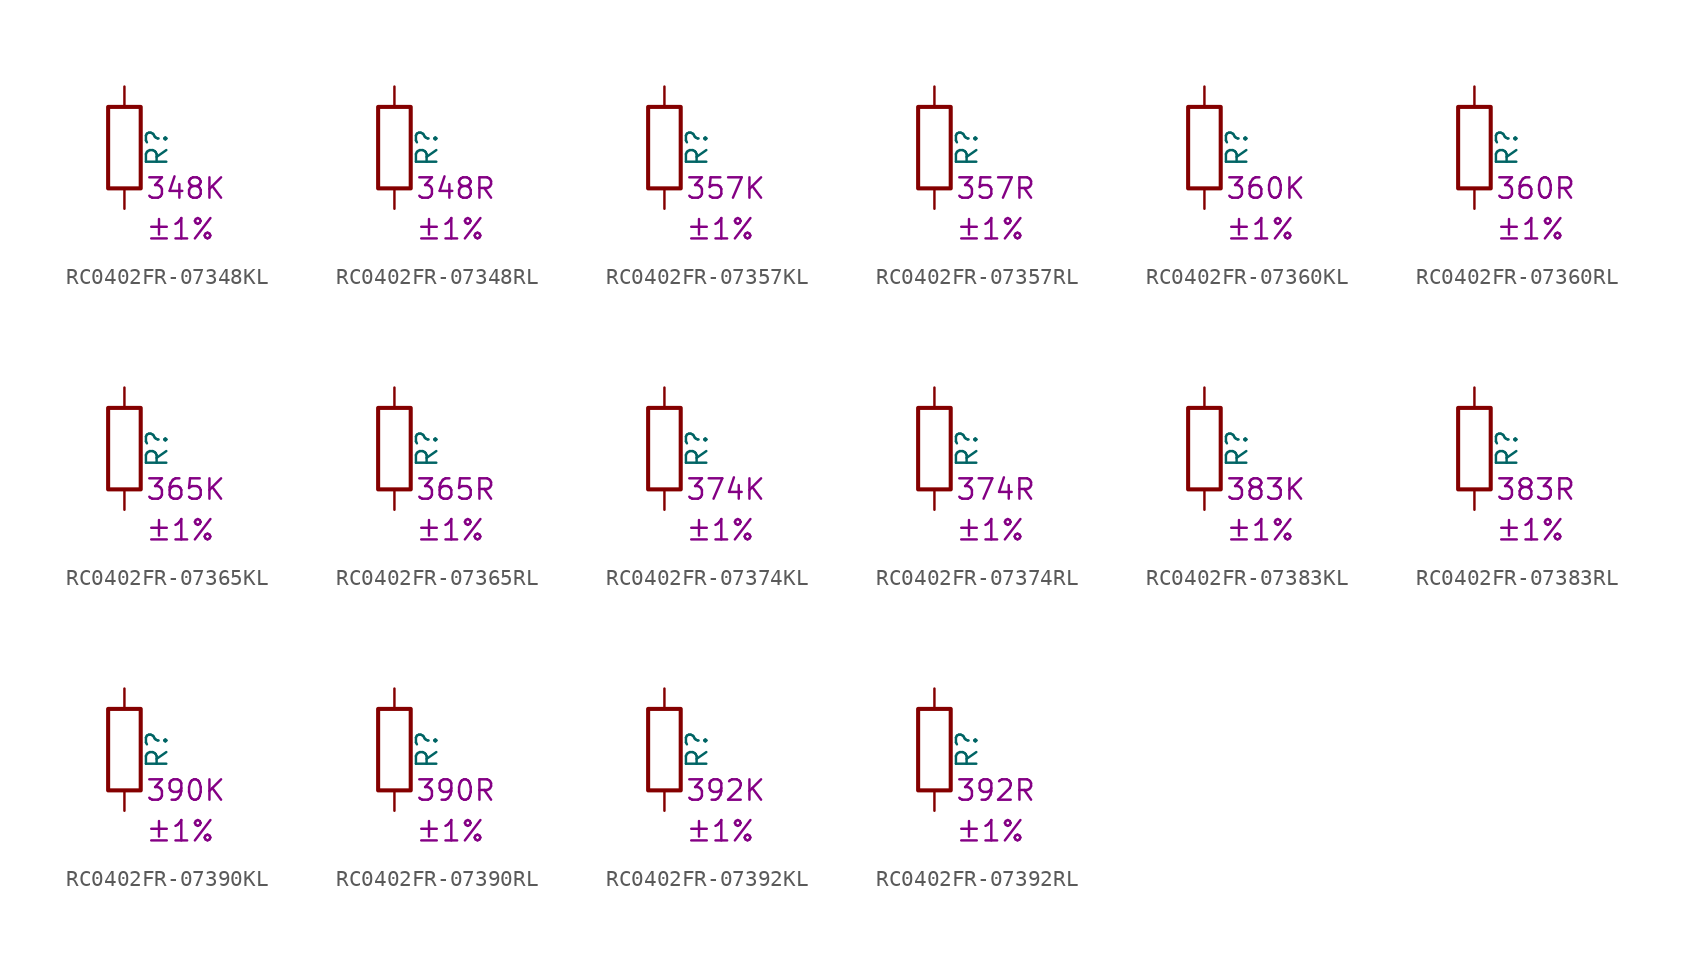
<source format=kicad_sym>
(kicad_symbol_lib
  (version 20220914)
  (generator kicad_symbol_editor)
  (symbol "RC0402FR-07348KL"
    (pin_numbers hide)
    (pin_names
      (offset 0))
    (property "Reference" "R"
      (at 2.032 0 90)
      (effects (font (size 1.27 1.27))))
    (property "Resistance" "348K"
      (at 1.27 -2.54 0)
      (effects (font (size 1.27 1.27)) (justify left)))
    (property "Tolerance" "±1%"
      (at 1.27 -5.08 0)
      (effects (font (size 1.27 1.27)) (justify left)))
    (symbol "RC0402FR-07348KL_0_1"
      (rectangle (start -1.016 -2.54) (end 1.016 2.54) (stroke (width 0.254) (type default)) (fill (type none))))
    (symbol "RC0402FR-07348KL_1_1"
      (pin passive line (at 0 3.81 270) (length 1.27) (name "~" (effects (font (size 1.27 1.27)))) (number "1" (effects (font (size 1.27 1.27)))))
      (pin passive line (at 0 -3.81 90) (length 1.27) (name "~" (effects (font (size 1.27 1.27)))) (number "2" (effects (font (size 1.27 1.27)))))))
  (symbol "RC0402FR-07348RL"
    (pin_numbers hide)
    (pin_names
      (offset 0))
    (property "Reference" "R"
      (at 2.032 0 90)
      (effects (font (size 1.27 1.27))))
    (property "Resistance" "348R"
      (at 1.27 -2.54 0)
      (effects (font (size 1.27 1.27)) (justify left)))
    (property "Tolerance" "±1%"
      (at 1.27 -5.08 0)
      (effects (font (size 1.27 1.27)) (justify left)))
    (symbol "RC0402FR-07348RL_0_1"
      (rectangle (start -1.016 -2.54) (end 1.016 2.54) (stroke (width 0.254) (type default)) (fill (type none))))
    (symbol "RC0402FR-07348RL_1_1"
      (pin passive line (at 0 3.81 270) (length 1.27) (name "~" (effects (font (size 1.27 1.27)))) (number "1" (effects (font (size 1.27 1.27)))))
      (pin passive line (at 0 -3.81 90) (length 1.27) (name "~" (effects (font (size 1.27 1.27)))) (number "2" (effects (font (size 1.27 1.27)))))))
  (symbol "RC0402FR-07357KL"
    (pin_numbers hide)
    (pin_names
      (offset 0))
    (property "Reference" "R"
      (at 2.032 0 90)
      (effects (font (size 1.27 1.27))))
    (property "Resistance" "357K"
      (at 1.27 -2.54 0)
      (effects (font (size 1.27 1.27)) (justify left)))
    (property "Tolerance" "±1%"
      (at 1.27 -5.08 0)
      (effects (font (size 1.27 1.27)) (justify left)))
    (symbol "RC0402FR-07357KL_0_1"
      (rectangle (start -1.016 -2.54) (end 1.016 2.54) (stroke (width 0.254) (type default)) (fill (type none))))
    (symbol "RC0402FR-07357KL_1_1"
      (pin passive line (at 0 3.81 270) (length 1.27) (name "~" (effects (font (size 1.27 1.27)))) (number "1" (effects (font (size 1.27 1.27)))))
      (pin passive line (at 0 -3.81 90) (length 1.27) (name "~" (effects (font (size 1.27 1.27)))) (number "2" (effects (font (size 1.27 1.27)))))))
  (symbol "RC0402FR-07357RL"
    (pin_numbers hide)
    (pin_names
      (offset 0))
    (property "Reference" "R"
      (at 2.032 0 90)
      (effects (font (size 1.27 1.27))))
    (property "Resistance" "357R"
      (at 1.27 -2.54 0)
      (effects (font (size 1.27 1.27)) (justify left)))
    (property "Tolerance" "±1%"
      (at 1.27 -5.08 0)
      (effects (font (size 1.27 1.27)) (justify left)))
    (symbol "RC0402FR-07357RL_0_1"
      (rectangle (start -1.016 -2.54) (end 1.016 2.54) (stroke (width 0.254) (type default)) (fill (type none))))
    (symbol "RC0402FR-07357RL_1_1"
      (pin passive line (at 0 3.81 270) (length 1.27) (name "~" (effects (font (size 1.27 1.27)))) (number "1" (effects (font (size 1.27 1.27)))))
      (pin passive line (at 0 -3.81 90) (length 1.27) (name "~" (effects (font (size 1.27 1.27)))) (number "2" (effects (font (size 1.27 1.27)))))))
  (symbol "RC0402FR-07360KL"
    (pin_numbers hide)
    (pin_names
      (offset 0))
    (property "Reference" "R"
      (at 2.032 0 90)
      (effects (font (size 1.27 1.27))))
    (property "Resistance" "360K"
      (at 1.27 -2.54 0)
      (effects (font (size 1.27 1.27)) (justify left)))
    (property "Tolerance" "±1%"
      (at 1.27 -5.08 0)
      (effects (font (size 1.27 1.27)) (justify left)))
    (symbol "RC0402FR-07360KL_0_1"
      (rectangle (start -1.016 -2.54) (end 1.016 2.54) (stroke (width 0.254) (type default)) (fill (type none))))
    (symbol "RC0402FR-07360KL_1_1"
      (pin passive line (at 0 3.81 270) (length 1.27) (name "~" (effects (font (size 1.27 1.27)))) (number "1" (effects (font (size 1.27 1.27)))))
      (pin passive line (at 0 -3.81 90) (length 1.27) (name "~" (effects (font (size 1.27 1.27)))) (number "2" (effects (font (size 1.27 1.27)))))))
  (symbol "RC0402FR-07360RL"
    (pin_numbers hide)
    (pin_names
      (offset 0))
    (property "Reference" "R"
      (at 2.032 0 90)
      (effects (font (size 1.27 1.27))))
    (property "Resistance" "360R"
      (at 1.27 -2.54 0)
      (effects (font (size 1.27 1.27)) (justify left)))
    (property "Tolerance" "±1%"
      (at 1.27 -5.08 0)
      (effects (font (size 1.27 1.27)) (justify left)))
    (symbol "RC0402FR-07360RL_0_1"
      (rectangle (start -1.016 -2.54) (end 1.016 2.54) (stroke (width 0.254) (type default)) (fill (type none))))
    (symbol "RC0402FR-07360RL_1_1"
      (pin passive line (at 0 3.81 270) (length 1.27) (name "~" (effects (font (size 1.27 1.27)))) (number "1" (effects (font (size 1.27 1.27)))))
      (pin passive line (at 0 -3.81 90) (length 1.27) (name "~" (effects (font (size 1.27 1.27)))) (number "2" (effects (font (size 1.27 1.27)))))))
  (symbol "RC0402FR-07365KL"
    (pin_numbers hide)
    (pin_names
      (offset 0))
    (property "Reference" "R"
      (at 2.032 0 90)
      (effects (font (size 1.27 1.27))))
    (property "Resistance" "365K"
      (at 1.27 -2.54 0)
      (effects (font (size 1.27 1.27)) (justify left)))
    (property "Tolerance" "±1%"
      (at 1.27 -5.08 0)
      (effects (font (size 1.27 1.27)) (justify left)))
    (symbol "RC0402FR-07365KL_0_1"
      (rectangle (start -1.016 -2.54) (end 1.016 2.54) (stroke (width 0.254) (type default)) (fill (type none))))
    (symbol "RC0402FR-07365KL_1_1"
      (pin passive line (at 0 3.81 270) (length 1.27) (name "~" (effects (font (size 1.27 1.27)))) (number "1" (effects (font (size 1.27 1.27)))))
      (pin passive line (at 0 -3.81 90) (length 1.27) (name "~" (effects (font (size 1.27 1.27)))) (number "2" (effects (font (size 1.27 1.27)))))))
  (symbol "RC0402FR-07365RL"
    (pin_numbers hide)
    (pin_names
      (offset 0))
    (property "Reference" "R"
      (at 2.032 0 90)
      (effects (font (size 1.27 1.27))))
    (property "Resistance" "365R"
      (at 1.27 -2.54 0)
      (effects (font (size 1.27 1.27)) (justify left)))
    (property "Tolerance" "±1%"
      (at 1.27 -5.08 0)
      (effects (font (size 1.27 1.27)) (justify left)))
    (symbol "RC0402FR-07365RL_0_1"
      (rectangle (start -1.016 -2.54) (end 1.016 2.54) (stroke (width 0.254) (type default)) (fill (type none))))
    (symbol "RC0402FR-07365RL_1_1"
      (pin passive line (at 0 3.81 270) (length 1.27) (name "~" (effects (font (size 1.27 1.27)))) (number "1" (effects (font (size 1.27 1.27)))))
      (pin passive line (at 0 -3.81 90) (length 1.27) (name "~" (effects (font (size 1.27 1.27)))) (number "2" (effects (font (size 1.27 1.27)))))))
  (symbol "RC0402FR-07374KL"
    (pin_numbers hide)
    (pin_names
      (offset 0))
    (property "Reference" "R"
      (at 2.032 0 90)
      (effects (font (size 1.27 1.27))))
    (property "Resistance" "374K"
      (at 1.27 -2.54 0)
      (effects (font (size 1.27 1.27)) (justify left)))
    (property "Tolerance" "±1%"
      (at 1.27 -5.08 0)
      (effects (font (size 1.27 1.27)) (justify left)))
    (symbol "RC0402FR-07374KL_0_1"
      (rectangle (start -1.016 -2.54) (end 1.016 2.54) (stroke (width 0.254) (type default)) (fill (type none))))
    (symbol "RC0402FR-07374KL_1_1"
      (pin passive line (at 0 3.81 270) (length 1.27) (name "~" (effects (font (size 1.27 1.27)))) (number "1" (effects (font (size 1.27 1.27)))))
      (pin passive line (at 0 -3.81 90) (length 1.27) (name "~" (effects (font (size 1.27 1.27)))) (number "2" (effects (font (size 1.27 1.27)))))))
  (symbol "RC0402FR-07374RL"
    (pin_numbers hide)
    (pin_names
      (offset 0))
    (property "Reference" "R"
      (at 2.032 0 90)
      (effects (font (size 1.27 1.27))))
    (property "Resistance" "374R"
      (at 1.27 -2.54 0)
      (effects (font (size 1.27 1.27)) (justify left)))
    (property "Tolerance" "±1%"
      (at 1.27 -5.08 0)
      (effects (font (size 1.27 1.27)) (justify left)))
    (symbol "RC0402FR-07374RL_0_1"
      (rectangle (start -1.016 -2.54) (end 1.016 2.54) (stroke (width 0.254) (type default)) (fill (type none))))
    (symbol "RC0402FR-07374RL_1_1"
      (pin passive line (at 0 3.81 270) (length 1.27) (name "~" (effects (font (size 1.27 1.27)))) (number "1" (effects (font (size 1.27 1.27)))))
      (pin passive line (at 0 -3.81 90) (length 1.27) (name "~" (effects (font (size 1.27 1.27)))) (number "2" (effects (font (size 1.27 1.27)))))))
  (symbol "RC0402FR-07383KL"
    (pin_numbers hide)
    (pin_names
      (offset 0))
    (property "Reference" "R"
      (at 2.032 0 90)
      (effects (font (size 1.27 1.27))))
    (property "Resistance" "383K"
      (at 1.27 -2.54 0)
      (effects (font (size 1.27 1.27)) (justify left)))
    (property "Tolerance" "±1%"
      (at 1.27 -5.08 0)
      (effects (font (size 1.27 1.27)) (justify left)))
    (symbol "RC0402FR-07383KL_0_1"
      (rectangle (start -1.016 -2.54) (end 1.016 2.54) (stroke (width 0.254) (type default)) (fill (type none))))
    (symbol "RC0402FR-07383KL_1_1"
      (pin passive line (at 0 3.81 270) (length 1.27) (name "~" (effects (font (size 1.27 1.27)))) (number "1" (effects (font (size 1.27 1.27)))))
      (pin passive line (at 0 -3.81 90) (length 1.27) (name "~" (effects (font (size 1.27 1.27)))) (number "2" (effects (font (size 1.27 1.27)))))))
  (symbol "RC0402FR-07383RL"
    (pin_numbers hide)
    (pin_names
      (offset 0))
    (property "Reference" "R"
      (at 2.032 0 90)
      (effects (font (size 1.27 1.27))))
    (property "Resistance" "383R"
      (at 1.27 -2.54 0)
      (effects (font (size 1.27 1.27)) (justify left)))
    (property "Tolerance" "±1%"
      (at 1.27 -5.08 0)
      (effects (font (size 1.27 1.27)) (justify left)))
    (symbol "RC0402FR-07383RL_0_1"
      (rectangle (start -1.016 -2.54) (end 1.016 2.54) (stroke (width 0.254) (type default)) (fill (type none))))
    (symbol "RC0402FR-07383RL_1_1"
      (pin passive line (at 0 3.81 270) (length 1.27) (name "~" (effects (font (size 1.27 1.27)))) (number "1" (effects (font (size 1.27 1.27)))))
      (pin passive line (at 0 -3.81 90) (length 1.27) (name "~" (effects (font (size 1.27 1.27)))) (number "2" (effects (font (size 1.27 1.27)))))))
  (symbol "RC0402FR-07390KL"
    (pin_numbers hide)
    (pin_names
      (offset 0))
    (property "Reference" "R"
      (at 2.032 0 90)
      (effects (font (size 1.27 1.27))))
    (property "Resistance" "390K"
      (at 1.27 -2.54 0)
      (effects (font (size 1.27 1.27)) (justify left)))
    (property "Tolerance" "±1%"
      (at 1.27 -5.08 0)
      (effects (font (size 1.27 1.27)) (justify left)))
    (symbol "RC0402FR-07390KL_0_1"
      (rectangle (start -1.016 -2.54) (end 1.016 2.54) (stroke (width 0.254) (type default)) (fill (type none))))
    (symbol "RC0402FR-07390KL_1_1"
      (pin passive line (at 0 3.81 270) (length 1.27) (name "~" (effects (font (size 1.27 1.27)))) (number "1" (effects (font (size 1.27 1.27)))))
      (pin passive line (at 0 -3.81 90) (length 1.27) (name "~" (effects (font (size 1.27 1.27)))) (number "2" (effects (font (size 1.27 1.27)))))))
  (symbol "RC0402FR-07390RL"
    (pin_numbers hide)
    (pin_names
      (offset 0))
    (property "Reference" "R"
      (at 2.032 0 90)
      (effects (font (size 1.27 1.27))))
    (property "Resistance" "390R"
      (at 1.27 -2.54 0)
      (effects (font (size 1.27 1.27)) (justify left)))
    (property "Tolerance" "±1%"
      (at 1.27 -5.08 0)
      (effects (font (size 1.27 1.27)) (justify left)))
    (symbol "RC0402FR-07390RL_0_1"
      (rectangle (start -1.016 -2.54) (end 1.016 2.54) (stroke (width 0.254) (type default)) (fill (type none))))
    (symbol "RC0402FR-07390RL_1_1"
      (pin passive line (at 0 3.81 270) (length 1.27) (name "~" (effects (font (size 1.27 1.27)))) (number "1" (effects (font (size 1.27 1.27)))))
      (pin passive line (at 0 -3.81 90) (length 1.27) (name "~" (effects (font (size 1.27 1.27)))) (number "2" (effects (font (size 1.27 1.27)))))))
  (symbol "RC0402FR-07392KL"
    (pin_numbers hide)
    (pin_names
      (offset 0))
    (property "Reference" "R"
      (at 2.032 0 90)
      (effects (font (size 1.27 1.27))))
    (property "Resistance" "392K"
      (at 1.27 -2.54 0)
      (effects (font (size 1.27 1.27)) (justify left)))
    (property "Tolerance" "±1%"
      (at 1.27 -5.08 0)
      (effects (font (size 1.27 1.27)) (justify left)))
    (symbol "RC0402FR-07392KL_0_1"
      (rectangle (start -1.016 -2.54) (end 1.016 2.54) (stroke (width 0.254) (type default)) (fill (type none))))
    (symbol "RC0402FR-07392KL_1_1"
      (pin passive line (at 0 3.81 270) (length 1.27) (name "~" (effects (font (size 1.27 1.27)))) (number "1" (effects (font (size 1.27 1.27)))))
      (pin passive line (at 0 -3.81 90) (length 1.27) (name "~" (effects (font (size 1.27 1.27)))) (number "2" (effects (font (size 1.27 1.27)))))))
  (symbol "RC0402FR-07392RL"
    (pin_numbers hide)
    (pin_names
      (offset 0))
    (property "Reference" "R"
      (at 2.032 0 90)
      (effects (font (size 1.27 1.27))))
    (property "Resistance" "392R"
      (at 1.27 -2.54 0)
      (effects (font (size 1.27 1.27)) (justify left)))
    (property "Tolerance" "±1%"
      (at 1.27 -5.08 0)
      (effects (font (size 1.27 1.27)) (justify left)))
    (symbol "RC0402FR-07392RL_0_1"
      (rectangle (start -1.016 -2.54) (end 1.016 2.54) (stroke (width 0.254) (type default)) (fill (type none))))
    (symbol "RC0402FR-07392RL_1_1"
      (pin passive line (at 0 3.81 270) (length 1.27) (name "~" (effects (font (size 1.27 1.27)))) (number "1" (effects (font (size 1.27 1.27)))))
      (pin passive line (at 0 -3.81 90) (length 1.27) (name "~" (effects (font (size 1.27 1.27)))) (number "2" (effects (font (size 1.27 1.27))))))))
</source>
